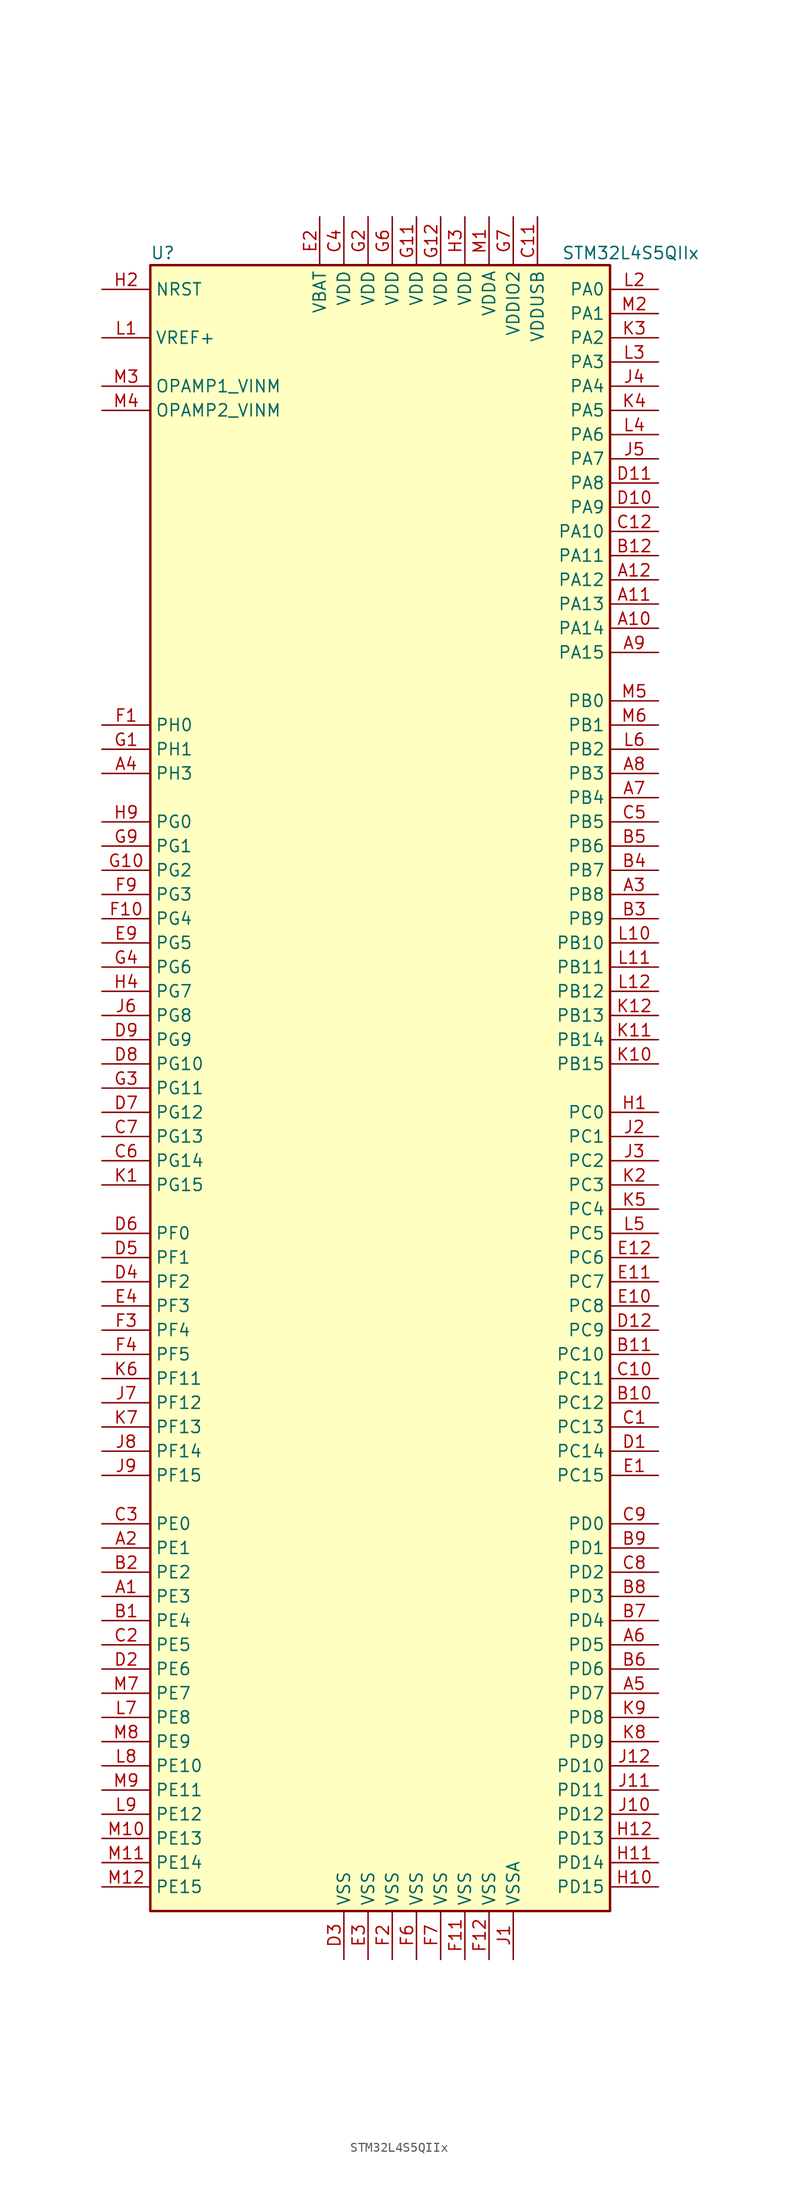
<source format=kicad_sym>
(kicad_symbol_lib
  (version 20201005)
  (generator kicad_symbol_editor)
  (symbol "STM32L4S5QIIx"
    (property "Reference" "U"
      (at -25.4 87.63 0)
      (effects (font (size 1.27 1.27)) (justify left)))
    (property "Value" "STM32L4S5QIIx"
      (at 17.78 87.63 0)
      (effects (font (size 1.27 1.27)) (justify left)))
    (symbol "STM32L4S5QIIx_0_1"
      (rectangle (start -25.4 -86.36) (end 22.86 86.36) (stroke (width 0.254)) (fill (type background))))
    (symbol "STM32L4S5QIIx_1_1"
      (pin input line (at -30.48 83.82 0) (length 5.08) (name "NRST" (effects (font (size 1.27 1.27)))) (number "H2" (effects (font (size 1.27 1.27)))))
      (pin bidirectional line (at -30.48 73.66 0) (length 5.08) (name "OPAMP1_VINM" (effects (font (size 1.27 1.27)))) (number "M3" (effects (font (size 1.27 1.27)))))
      (pin bidirectional line (at -30.48 71.12 0) (length 5.08) (name "OPAMP2_VINM" (effects (font (size 1.27 1.27)))) (number "M4" (effects (font (size 1.27 1.27)))))
      (pin bidirectional line (at 27.94 83.82 180) (length 5.08) (name "PA0" (effects (font (size 1.27 1.27)))) (number "L2" (effects (font (size 1.27 1.27)))))
      (pin bidirectional line (at 27.94 81.28 180) (length 5.08) (name "PA1" (effects (font (size 1.27 1.27)))) (number "M2" (effects (font (size 1.27 1.27)))))
      (pin bidirectional line (at 27.94 58.42 180) (length 5.08) (name "PA10" (effects (font (size 1.27 1.27)))) (number "C12" (effects (font (size 1.27 1.27)))))
      (pin bidirectional line (at 27.94 55.88 180) (length 5.08) (name "PA11" (effects (font (size 1.27 1.27)))) (number "B12" (effects (font (size 1.27 1.27)))))
      (pin bidirectional line (at 27.94 53.34 180) (length 5.08) (name "PA12" (effects (font (size 1.27 1.27)))) (number "A12" (effects (font (size 1.27 1.27)))))
      (pin bidirectional line (at 27.94 50.8 180) (length 5.08) (name "PA13" (effects (font (size 1.27 1.27)))) (number "A11" (effects (font (size 1.27 1.27)))))
      (pin bidirectional line (at 27.94 48.26 180) (length 5.08) (name "PA14" (effects (font (size 1.27 1.27)))) (number "A10" (effects (font (size 1.27 1.27)))))
      (pin bidirectional line (at 27.94 45.72 180) (length 5.08) (name "PA15" (effects (font (size 1.27 1.27)))) (number "A9" (effects (font (size 1.27 1.27)))))
      (pin bidirectional line (at 27.94 78.74 180) (length 5.08) (name "PA2" (effects (font (size 1.27 1.27)))) (number "K3" (effects (font (size 1.27 1.27)))))
      (pin bidirectional line (at 27.94 76.2 180) (length 5.08) (name "PA3" (effects (font (size 1.27 1.27)))) (number "L3" (effects (font (size 1.27 1.27)))))
      (pin bidirectional line (at 27.94 73.66 180) (length 5.08) (name "PA4" (effects (font (size 1.27 1.27)))) (number "J4" (effects (font (size 1.27 1.27)))))
      (pin bidirectional line (at 27.94 71.12 180) (length 5.08) (name "PA5" (effects (font (size 1.27 1.27)))) (number "K4" (effects (font (size 1.27 1.27)))))
      (pin bidirectional line (at 27.94 68.58 180) (length 5.08) (name "PA6" (effects (font (size 1.27 1.27)))) (number "L4" (effects (font (size 1.27 1.27)))))
      (pin bidirectional line (at 27.94 66.04 180) (length 5.08) (name "PA7" (effects (font (size 1.27 1.27)))) (number "J5" (effects (font (size 1.27 1.27)))))
      (pin bidirectional line (at 27.94 63.5 180) (length 5.08) (name "PA8" (effects (font (size 1.27 1.27)))) (number "D11" (effects (font (size 1.27 1.27)))))
      (pin bidirectional line (at 27.94 60.96 180) (length 5.08) (name "PA9" (effects (font (size 1.27 1.27)))) (number "D10" (effects (font (size 1.27 1.27)))))
      (pin bidirectional line (at 27.94 40.64 180) (length 5.08) (name "PB0" (effects (font (size 1.27 1.27)))) (number "M5" (effects (font (size 1.27 1.27)))))
      (pin bidirectional line (at 27.94 38.1 180) (length 5.08) (name "PB1" (effects (font (size 1.27 1.27)))) (number "M6" (effects (font (size 1.27 1.27)))))
      (pin bidirectional line (at 27.94 15.24 180) (length 5.08) (name "PB10" (effects (font (size 1.27 1.27)))) (number "L10" (effects (font (size 1.27 1.27)))))
      (pin bidirectional line (at 27.94 12.7 180) (length 5.08) (name "PB11" (effects (font (size 1.27 1.27)))) (number "L11" (effects (font (size 1.27 1.27)))))
      (pin bidirectional line (at 27.94 10.16 180) (length 5.08) (name "PB12" (effects (font (size 1.27 1.27)))) (number "L12" (effects (font (size 1.27 1.27)))))
      (pin bidirectional line (at 27.94 7.62 180) (length 5.08) (name "PB13" (effects (font (size 1.27 1.27)))) (number "K12" (effects (font (size 1.27 1.27)))))
      (pin bidirectional line (at 27.94 5.08 180) (length 5.08) (name "PB14" (effects (font (size 1.27 1.27)))) (number "K11" (effects (font (size 1.27 1.27)))))
      (pin bidirectional line (at 27.94 2.54 180) (length 5.08) (name "PB15" (effects (font (size 1.27 1.27)))) (number "K10" (effects (font (size 1.27 1.27)))))
      (pin bidirectional line (at 27.94 35.56 180) (length 5.08) (name "PB2" (effects (font (size 1.27 1.27)))) (number "L6" (effects (font (size 1.27 1.27)))))
      (pin bidirectional line (at 27.94 33.02 180) (length 5.08) (name "PB3" (effects (font (size 1.27 1.27)))) (number "A8" (effects (font (size 1.27 1.27)))))
      (pin bidirectional line (at 27.94 30.48 180) (length 5.08) (name "PB4" (effects (font (size 1.27 1.27)))) (number "A7" (effects (font (size 1.27 1.27)))))
      (pin bidirectional line (at 27.94 27.94 180) (length 5.08) (name "PB5" (effects (font (size 1.27 1.27)))) (number "C5" (effects (font (size 1.27 1.27)))))
      (pin bidirectional line (at 27.94 25.4 180) (length 5.08) (name "PB6" (effects (font (size 1.27 1.27)))) (number "B5" (effects (font (size 1.27 1.27)))))
      (pin bidirectional line (at 27.94 22.86 180) (length 5.08) (name "PB7" (effects (font (size 1.27 1.27)))) (number "B4" (effects (font (size 1.27 1.27)))))
      (pin bidirectional line (at 27.94 20.32 180) (length 5.08) (name "PB8" (effects (font (size 1.27 1.27)))) (number "A3" (effects (font (size 1.27 1.27)))))
      (pin bidirectional line (at 27.94 17.78 180) (length 5.08) (name "PB9" (effects (font (size 1.27 1.27)))) (number "B3" (effects (font (size 1.27 1.27)))))
      (pin bidirectional line (at 27.94 -2.54 180) (length 5.08) (name "PC0" (effects (font (size 1.27 1.27)))) (number "H1" (effects (font (size 1.27 1.27)))))
      (pin bidirectional line (at 27.94 -5.08 180) (length 5.08) (name "PC1" (effects (font (size 1.27 1.27)))) (number "J2" (effects (font (size 1.27 1.27)))))
      (pin bidirectional line (at 27.94 -27.94 180) (length 5.08) (name "PC10" (effects (font (size 1.27 1.27)))) (number "B11" (effects (font (size 1.27 1.27)))))
      (pin bidirectional line (at 27.94 -30.48 180) (length 5.08) (name "PC11" (effects (font (size 1.27 1.27)))) (number "C10" (effects (font (size 1.27 1.27)))))
      (pin bidirectional line (at 27.94 -33.02 180) (length 5.08) (name "PC12" (effects (font (size 1.27 1.27)))) (number "B10" (effects (font (size 1.27 1.27)))))
      (pin bidirectional line (at 27.94 -35.56 180) (length 5.08) (name "PC13" (effects (font (size 1.27 1.27)))) (number "C1" (effects (font (size 1.27 1.27)))))
      (pin bidirectional line (at 27.94 -38.1 180) (length 5.08) (name "PC14" (effects (font (size 1.27 1.27)))) (number "D1" (effects (font (size 1.27 1.27)))))
      (pin bidirectional line (at 27.94 -40.64 180) (length 5.08) (name "PC15" (effects (font (size 1.27 1.27)))) (number "E1" (effects (font (size 1.27 1.27)))))
      (pin bidirectional line (at 27.94 -7.62 180) (length 5.08) (name "PC2" (effects (font (size 1.27 1.27)))) (number "J3" (effects (font (size 1.27 1.27)))))
      (pin bidirectional line (at 27.94 -10.16 180) (length 5.08) (name "PC3" (effects (font (size 1.27 1.27)))) (number "K2" (effects (font (size 1.27 1.27)))))
      (pin bidirectional line (at 27.94 -12.7 180) (length 5.08) (name "PC4" (effects (font (size 1.27 1.27)))) (number "K5" (effects (font (size 1.27 1.27)))))
      (pin bidirectional line (at 27.94 -15.24 180) (length 5.08) (name "PC5" (effects (font (size 1.27 1.27)))) (number "L5" (effects (font (size 1.27 1.27)))))
      (pin bidirectional line (at 27.94 -17.78 180) (length 5.08) (name "PC6" (effects (font (size 1.27 1.27)))) (number "E12" (effects (font (size 1.27 1.27)))))
      (pin bidirectional line (at 27.94 -20.32 180) (length 5.08) (name "PC7" (effects (font (size 1.27 1.27)))) (number "E11" (effects (font (size 1.27 1.27)))))
      (pin bidirectional line (at 27.94 -22.86 180) (length 5.08) (name "PC8" (effects (font (size 1.27 1.27)))) (number "E10" (effects (font (size 1.27 1.27)))))
      (pin bidirectional line (at 27.94 -25.4 180) (length 5.08) (name "PC9" (effects (font (size 1.27 1.27)))) (number "D12" (effects (font (size 1.27 1.27)))))
      (pin bidirectional line (at 27.94 -45.72 180) (length 5.08) (name "PD0" (effects (font (size 1.27 1.27)))) (number "C9" (effects (font (size 1.27 1.27)))))
      (pin bidirectional line (at 27.94 -48.26 180) (length 5.08) (name "PD1" (effects (font (size 1.27 1.27)))) (number "B9" (effects (font (size 1.27 1.27)))))
      (pin bidirectional line (at 27.94 -71.12 180) (length 5.08) (name "PD10" (effects (font (size 1.27 1.27)))) (number "J12" (effects (font (size 1.27 1.27)))))
      (pin bidirectional line (at 27.94 -73.66 180) (length 5.08) (name "PD11" (effects (font (size 1.27 1.27)))) (number "J11" (effects (font (size 1.27 1.27)))))
      (pin bidirectional line (at 27.94 -76.2 180) (length 5.08) (name "PD12" (effects (font (size 1.27 1.27)))) (number "J10" (effects (font (size 1.27 1.27)))))
      (pin bidirectional line (at 27.94 -78.74 180) (length 5.08) (name "PD13" (effects (font (size 1.27 1.27)))) (number "H12" (effects (font (size 1.27 1.27)))))
      (pin bidirectional line (at 27.94 -81.28 180) (length 5.08) (name "PD14" (effects (font (size 1.27 1.27)))) (number "H11" (effects (font (size 1.27 1.27)))))
      (pin bidirectional line (at 27.94 -83.82 180) (length 5.08) (name "PD15" (effects (font (size 1.27 1.27)))) (number "H10" (effects (font (size 1.27 1.27)))))
      (pin bidirectional line (at 27.94 -50.8 180) (length 5.08) (name "PD2" (effects (font (size 1.27 1.27)))) (number "C8" (effects (font (size 1.27 1.27)))))
      (pin bidirectional line (at 27.94 -53.34 180) (length 5.08) (name "PD3" (effects (font (size 1.27 1.27)))) (number "B8" (effects (font (size 1.27 1.27)))))
      (pin bidirectional line (at 27.94 -55.88 180) (length 5.08) (name "PD4" (effects (font (size 1.27 1.27)))) (number "B7" (effects (font (size 1.27 1.27)))))
      (pin bidirectional line (at 27.94 -58.42 180) (length 5.08) (name "PD5" (effects (font (size 1.27 1.27)))) (number "A6" (effects (font (size 1.27 1.27)))))
      (pin bidirectional line (at 27.94 -60.96 180) (length 5.08) (name "PD6" (effects (font (size 1.27 1.27)))) (number "B6" (effects (font (size 1.27 1.27)))))
      (pin bidirectional line (at 27.94 -63.5 180) (length 5.08) (name "PD7" (effects (font (size 1.27 1.27)))) (number "A5" (effects (font (size 1.27 1.27)))))
      (pin bidirectional line (at 27.94 -66.04 180) (length 5.08) (name "PD8" (effects (font (size 1.27 1.27)))) (number "K9" (effects (font (size 1.27 1.27)))))
      (pin bidirectional line (at 27.94 -68.58 180) (length 5.08) (name "PD9" (effects (font (size 1.27 1.27)))) (number "K8" (effects (font (size 1.27 1.27)))))
      (pin bidirectional line (at -30.48 -45.72 0) (length 5.08) (name "PE0" (effects (font (size 1.27 1.27)))) (number "C3" (effects (font (size 1.27 1.27)))))
      (pin bidirectional line (at -30.48 -48.26 0) (length 5.08) (name "PE1" (effects (font (size 1.27 1.27)))) (number "A2" (effects (font (size 1.27 1.27)))))
      (pin bidirectional line (at -30.48 -71.12 0) (length 5.08) (name "PE10" (effects (font (size 1.27 1.27)))) (number "L8" (effects (font (size 1.27 1.27)))))
      (pin bidirectional line (at -30.48 -73.66 0) (length 5.08) (name "PE11" (effects (font (size 1.27 1.27)))) (number "M9" (effects (font (size 1.27 1.27)))))
      (pin bidirectional line (at -30.48 -76.2 0) (length 5.08) (name "PE12" (effects (font (size 1.27 1.27)))) (number "L9" (effects (font (size 1.27 1.27)))))
      (pin bidirectional line (at -30.48 -78.74 0) (length 5.08) (name "PE13" (effects (font (size 1.27 1.27)))) (number "M10" (effects (font (size 1.27 1.27)))))
      (pin bidirectional line (at -30.48 -81.28 0) (length 5.08) (name "PE14" (effects (font (size 1.27 1.27)))) (number "M11" (effects (font (size 1.27 1.27)))))
      (pin bidirectional line (at -30.48 -83.82 0) (length 5.08) (name "PE15" (effects (font (size 1.27 1.27)))) (number "M12" (effects (font (size 1.27 1.27)))))
      (pin bidirectional line (at -30.48 -50.8 0) (length 5.08) (name "PE2" (effects (font (size 1.27 1.27)))) (number "B2" (effects (font (size 1.27 1.27)))))
      (pin bidirectional line (at -30.48 -53.34 0) (length 5.08) (name "PE3" (effects (font (size 1.27 1.27)))) (number "A1" (effects (font (size 1.27 1.27)))))
      (pin bidirectional line (at -30.48 -55.88 0) (length 5.08) (name "PE4" (effects (font (size 1.27 1.27)))) (number "B1" (effects (font (size 1.27 1.27)))))
      (pin bidirectional line (at -30.48 -58.42 0) (length 5.08) (name "PE5" (effects (font (size 1.27 1.27)))) (number "C2" (effects (font (size 1.27 1.27)))))
      (pin bidirectional line (at -30.48 -60.96 0) (length 5.08) (name "PE6" (effects (font (size 1.27 1.27)))) (number "D2" (effects (font (size 1.27 1.27)))))
      (pin bidirectional line (at -30.48 -63.5 0) (length 5.08) (name "PE7" (effects (font (size 1.27 1.27)))) (number "M7" (effects (font (size 1.27 1.27)))))
      (pin bidirectional line (at -30.48 -66.04 0) (length 5.08) (name "PE8" (effects (font (size 1.27 1.27)))) (number "L7" (effects (font (size 1.27 1.27)))))
      (pin bidirectional line (at -30.48 -68.58 0) (length 5.08) (name "PE9" (effects (font (size 1.27 1.27)))) (number "M8" (effects (font (size 1.27 1.27)))))
      (pin bidirectional line (at -30.48 -15.24 0) (length 5.08) (name "PF0" (effects (font (size 1.27 1.27)))) (number "D6" (effects (font (size 1.27 1.27)))))
      (pin bidirectional line (at -30.48 -17.78 0) (length 5.08) (name "PF1" (effects (font (size 1.27 1.27)))) (number "D5" (effects (font (size 1.27 1.27)))))
      (pin bidirectional line (at -30.48 -30.48 0) (length 5.08) (name "PF11" (effects (font (size 1.27 1.27)))) (number "K6" (effects (font (size 1.27 1.27)))))
      (pin bidirectional line (at -30.48 -33.02 0) (length 5.08) (name "PF12" (effects (font (size 1.27 1.27)))) (number "J7" (effects (font (size 1.27 1.27)))))
      (pin bidirectional line (at -30.48 -35.56 0) (length 5.08) (name "PF13" (effects (font (size 1.27 1.27)))) (number "K7" (effects (font (size 1.27 1.27)))))
      (pin bidirectional line (at -30.48 -38.1 0) (length 5.08) (name "PF14" (effects (font (size 1.27 1.27)))) (number "J8" (effects (font (size 1.27 1.27)))))
      (pin bidirectional line (at -30.48 -40.64 0) (length 5.08) (name "PF15" (effects (font (size 1.27 1.27)))) (number "J9" (effects (font (size 1.27 1.27)))))
      (pin bidirectional line (at -30.48 -20.32 0) (length 5.08) (name "PF2" (effects (font (size 1.27 1.27)))) (number "D4" (effects (font (size 1.27 1.27)))))
      (pin bidirectional line (at -30.48 -22.86 0) (length 5.08) (name "PF3" (effects (font (size 1.27 1.27)))) (number "E4" (effects (font (size 1.27 1.27)))))
      (pin bidirectional line (at -30.48 -25.4 0) (length 5.08) (name "PF4" (effects (font (size 1.27 1.27)))) (number "F3" (effects (font (size 1.27 1.27)))))
      (pin bidirectional line (at -30.48 -27.94 0) (length 5.08) (name "PF5" (effects (font (size 1.27 1.27)))) (number "F4" (effects (font (size 1.27 1.27)))))
      (pin bidirectional line (at -30.48 27.94 0) (length 5.08) (name "PG0" (effects (font (size 1.27 1.27)))) (number "H9" (effects (font (size 1.27 1.27)))))
      (pin bidirectional line (at -30.48 25.4 0) (length 5.08) (name "PG1" (effects (font (size 1.27 1.27)))) (number "G9" (effects (font (size 1.27 1.27)))))
      (pin bidirectional line (at -30.48 2.54 0) (length 5.08) (name "PG10" (effects (font (size 1.27 1.27)))) (number "D8" (effects (font (size 1.27 1.27)))))
      (pin bidirectional line (at -30.48 0 0) (length 5.08) (name "PG11" (effects (font (size 1.27 1.27)))) (number "G3" (effects (font (size 1.27 1.27)))))
      (pin bidirectional line (at -30.48 -2.54 0) (length 5.08) (name "PG12" (effects (font (size 1.27 1.27)))) (number "D7" (effects (font (size 1.27 1.27)))))
      (pin bidirectional line (at -30.48 -5.08 0) (length 5.08) (name "PG13" (effects (font (size 1.27 1.27)))) (number "C7" (effects (font (size 1.27 1.27)))))
      (pin bidirectional line (at -30.48 -7.62 0) (length 5.08) (name "PG14" (effects (font (size 1.27 1.27)))) (number "C6" (effects (font (size 1.27 1.27)))))
      (pin bidirectional line (at -30.48 -10.16 0) (length 5.08) (name "PG15" (effects (font (size 1.27 1.27)))) (number "K1" (effects (font (size 1.27 1.27)))))
      (pin bidirectional line (at -30.48 22.86 0) (length 5.08) (name "PG2" (effects (font (size 1.27 1.27)))) (number "G10" (effects (font (size 1.27 1.27)))))
      (pin bidirectional line (at -30.48 20.32 0) (length 5.08) (name "PG3" (effects (font (size 1.27 1.27)))) (number "F9" (effects (font (size 1.27 1.27)))))
      (pin bidirectional line (at -30.48 17.78 0) (length 5.08) (name "PG4" (effects (font (size 1.27 1.27)))) (number "F10" (effects (font (size 1.27 1.27)))))
      (pin bidirectional line (at -30.48 15.24 0) (length 5.08) (name "PG5" (effects (font (size 1.27 1.27)))) (number "E9" (effects (font (size 1.27 1.27)))))
      (pin bidirectional line (at -30.48 12.7 0) (length 5.08) (name "PG6" (effects (font (size 1.27 1.27)))) (number "G4" (effects (font (size 1.27 1.27)))))
      (pin bidirectional line (at -30.48 10.16 0) (length 5.08) (name "PG7" (effects (font (size 1.27 1.27)))) (number "H4" (effects (font (size 1.27 1.27)))))
      (pin bidirectional line (at -30.48 7.62 0) (length 5.08) (name "PG8" (effects (font (size 1.27 1.27)))) (number "J6" (effects (font (size 1.27 1.27)))))
      (pin bidirectional line (at -30.48 5.08 0) (length 5.08) (name "PG9" (effects (font (size 1.27 1.27)))) (number "D9" (effects (font (size 1.27 1.27)))))
      (pin input line (at -30.48 38.1 0) (length 5.08) (name "PH0" (effects (font (size 1.27 1.27)))) (number "F1" (effects (font (size 1.27 1.27)))))
      (pin input line (at -30.48 35.56 0) (length 5.08) (name "PH1" (effects (font (size 1.27 1.27)))) (number "G1" (effects (font (size 1.27 1.27)))))
      (pin bidirectional line (at -30.48 33.02 0) (length 5.08) (name "PH3" (effects (font (size 1.27 1.27)))) (number "A4" (effects (font (size 1.27 1.27)))))
      (pin power_in line (at -7.62 91.44 270) (length 5.08) (name "VBAT" (effects (font (size 1.27 1.27)))) (number "E2" (effects (font (size 1.27 1.27)))))
      (pin power_in line (at -5.08 91.44 270) (length 5.08) (name "VDD" (effects (font (size 1.27 1.27)))) (number "C4" (effects (font (size 1.27 1.27)))))
      (pin power_in line (at 2.54 91.44 270) (length 5.08) (name "VDD" (effects (font (size 1.27 1.27)))) (number "G11" (effects (font (size 1.27 1.27)))))
      (pin power_in line (at 5.08 91.44 270) (length 5.08) (name "VDD" (effects (font (size 1.27 1.27)))) (number "G12" (effects (font (size 1.27 1.27)))))
      (pin power_in line (at -2.54 91.44 270) (length 5.08) (name "VDD" (effects (font (size 1.27 1.27)))) (number "G2" (effects (font (size 1.27 1.27)))))
      (pin power_in line (at 0 91.44 270) (length 5.08) (name "VDD" (effects (font (size 1.27 1.27)))) (number "G6" (effects (font (size 1.27 1.27)))))
      (pin power_in line (at 7.62 91.44 270) (length 5.08) (name "VDD" (effects (font (size 1.27 1.27)))) (number "H3" (effects (font (size 1.27 1.27)))))
      (pin power_in line (at 10.16 91.44 270) (length 5.08) (name "VDDA" (effects (font (size 1.27 1.27)))) (number "M1" (effects (font (size 1.27 1.27)))))
      (pin power_in line (at 12.7 91.44 270) (length 5.08) (name "VDDIO2" (effects (font (size 1.27 1.27)))) (number "G7" (effects (font (size 1.27 1.27)))))
      (pin power_in line (at 15.24 91.44 270) (length 5.08) (name "VDDUSB" (effects (font (size 1.27 1.27)))) (number "C11" (effects (font (size 1.27 1.27)))))
      (pin bidirectional line (at -30.48 78.74 0) (length 5.08) (name "VREF+" (effects (font (size 1.27 1.27)))) (number "L1" (effects (font (size 1.27 1.27)))))
      (pin power_in line (at -5.08 -91.44 90) (length 5.08) (name "VSS" (effects (font (size 1.27 1.27)))) (number "D3" (effects (font (size 1.27 1.27)))))
      (pin power_in line (at -2.54 -91.44 90) (length 5.08) (name "VSS" (effects (font (size 1.27 1.27)))) (number "E3" (effects (font (size 1.27 1.27)))))
      (pin power_in line (at 7.62 -91.44 90) (length 5.08) (name "VSS" (effects (font (size 1.27 1.27)))) (number "F11" (effects (font (size 1.27 1.27)))))
      (pin power_in line (at 10.16 -91.44 90) (length 5.08) (name "VSS" (effects (font (size 1.27 1.27)))) (number "F12" (effects (font (size 1.27 1.27)))))
      (pin power_in line (at 0 -91.44 90) (length 5.08) (name "VSS" (effects (font (size 1.27 1.27)))) (number "F2" (effects (font (size 1.27 1.27)))))
      (pin power_in line (at 2.54 -91.44 90) (length 5.08) (name "VSS" (effects (font (size 1.27 1.27)))) (number "F6" (effects (font (size 1.27 1.27)))))
      (pin power_in line (at 5.08 -91.44 90) (length 5.08) (name "VSS" (effects (font (size 1.27 1.27)))) (number "F7" (effects (font (size 1.27 1.27)))))
      (pin power_in line (at 12.7 -91.44 90) (length 5.08) (name "VSSA" (effects (font (size 1.27 1.27)))) (number "J1" (effects (font (size 1.27 1.27))))))))
</source>
